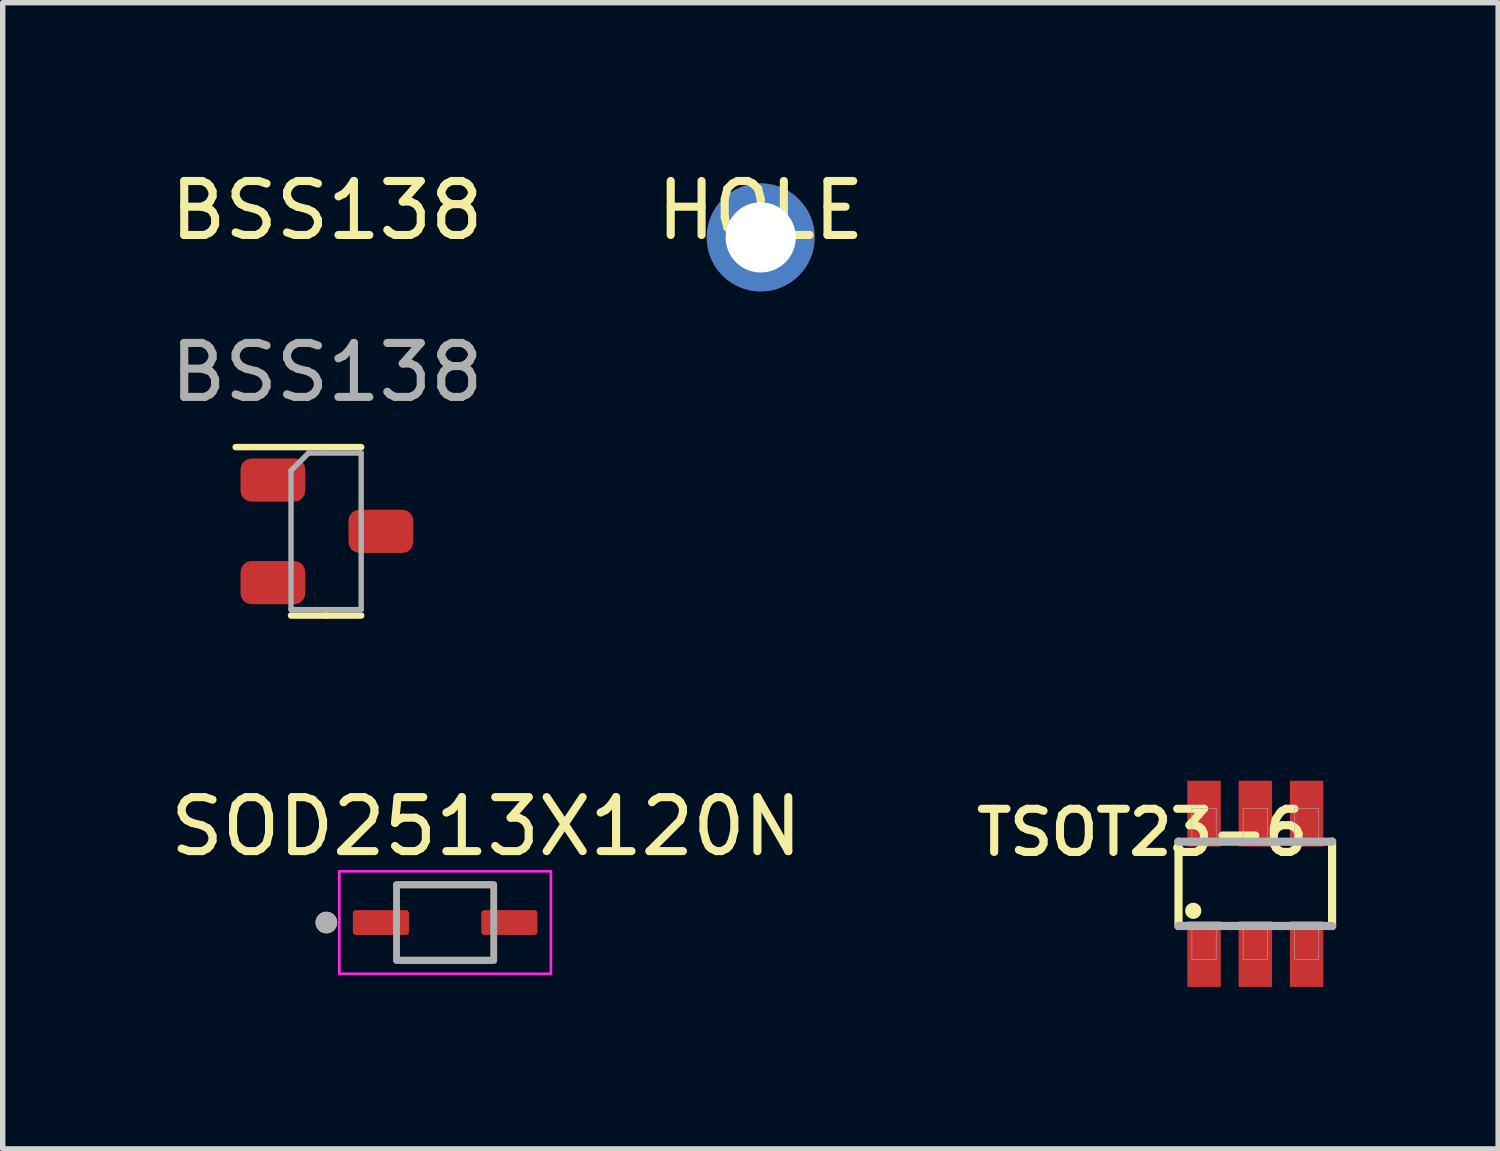
<source format=kicad_pcb>
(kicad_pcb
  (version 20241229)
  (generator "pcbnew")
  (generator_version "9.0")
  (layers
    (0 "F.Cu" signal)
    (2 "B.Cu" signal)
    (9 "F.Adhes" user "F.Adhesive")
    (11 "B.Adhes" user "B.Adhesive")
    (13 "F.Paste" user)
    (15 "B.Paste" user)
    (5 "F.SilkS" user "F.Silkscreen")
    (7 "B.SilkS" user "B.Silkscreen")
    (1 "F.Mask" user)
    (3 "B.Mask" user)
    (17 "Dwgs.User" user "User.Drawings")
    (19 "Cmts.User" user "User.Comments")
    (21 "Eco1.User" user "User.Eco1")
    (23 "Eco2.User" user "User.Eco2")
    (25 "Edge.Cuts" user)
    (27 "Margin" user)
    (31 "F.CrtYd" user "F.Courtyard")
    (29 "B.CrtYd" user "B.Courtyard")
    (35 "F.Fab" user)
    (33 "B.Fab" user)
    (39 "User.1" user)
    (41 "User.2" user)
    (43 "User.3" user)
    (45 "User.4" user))
  (footprint "HOLE"
    (layer "F.Cu")
    (at 11.042 1.348)
    (property "Reference" "HOLE" (at 0 -0.5 0) (unlocked yes) (layer "F.SilkS") (effects (font (size 1 1) (thickness 0.15))))
    (attr through_hole)
    (pad "1" thru_hole circle (at 0 0) (size 2 2) (drill 1.3) (layers "*.Cu" "*.Mask")))
  (footprint "BSS138"
    (layer "F.Cu")
    (at 3.006 6.793)
    (property "Reference" "BSS138" (at 0 -5.945 0) (unlocked yes) (layer "F.SilkS") (effects (font (size 1 1) (thickness 0.15))))
    (attr smd)
    (fp_line (start -0.015 -1.56) (end -1.69 -1.56) (stroke (width 0.12) (type solid)) (layer "F.SilkS"))
    (fp_line (start -0.015 -1.56) (end 0.635 -1.56) (stroke (width 0.12) (type solid)) (layer "F.SilkS"))
    (fp_line (start -0.015 1.56) (end -0.665 1.56) (stroke (width 0.12) (type solid)) (layer "F.SilkS"))
    (fp_line (start -0.015 1.56) (end 0.635 1.56) (stroke (width 0.12) (type solid)) (layer "F.SilkS"))
    (fp_line (start -0.665 -1.125) (end -0.34 -1.45) (stroke (width 0.1) (type solid)) (layer "F.Fab"))
    (fp_line (start -0.665 1.45) (end -0.665 -1.125) (stroke (width 0.1) (type solid)) (layer "F.Fab"))
    (fp_line (start -0.34 -1.45) (end 0.635 -1.45) (stroke (width 0.1) (type solid)) (layer "F.Fab"))
    (fp_line (start 0.635 -1.45) (end 0.635 1.45) (stroke (width 0.1) (type solid)) (layer "F.Fab"))
    (fp_line (start 0.635 1.45) (end -0.665 1.45) (stroke (width 0.1) (type solid)) (layer "F.Fab"))
    (fp_text user "${REFERENCE}" (at 0 -2.945 0) (unlocked yes) (layer "F.Fab") (effects (font (size 1 1) (thickness 0.15))))
    (pad "1" smd roundrect (at -1 -0.95) (size 1.2 0.8) (layers "F.Cu" "F.Mask" "F.Paste") (roundrect_rratio 0.25))
    (pad "2" smd roundrect (at -1 0.95) (size 1.2 0.8) (layers "F.Cu" "F.Mask" "F.Paste") (roundrect_rratio 0.25))
    (pad "3" smd roundrect (at 1 0) (size 1.2 0.8) (layers "F.Cu" "F.Mask" "F.Paste") (roundrect_rratio 0.25)))
  (footprint "TSOT23-6"
    (layer "F.Cu")
    (at 20.205 13.323)
    (property "Reference" "TSOT23-6" (at -2.095 -0.953 180) (layer "F.SilkS") (effects (font (size 0.8 0.8) (thickness 0.15))))
    (attr smd)
    (fp_line (start -1.423 0.781) (end -1.423 -0.781) (stroke (width 0.152) (type solid)) (layer "F.SilkS"))
    (fp_line (start 1.422 -0.781) (end 1.422 0.781) (stroke (width 0.152) (type solid)) (layer "F.SilkS"))
    (fp_circle (center -1.15 0.5) (end -1 0.5) (stroke (width 0) (type solid)) (fill yes) (layer "F.SilkS"))
    (fp_line (start -1.423 -0.781) (end 1.422 -0.781) (stroke (width 0.152) (type solid)) (layer "F.Fab"))
    (fp_line (start 1.422 0.781) (end -1.423 0.781) (stroke (width 0.152) (type solid)) (layer "F.Fab"))
    (fp_poly (pts (xy -1.175 -1.4) (xy -0.725 -1.4) (xy -0.725 -0.8) (xy -1.175 -0.8)) (stroke (width 0.01) (type solid)) (fill no) (layer "F.Fab"))
    (fp_poly (pts (xy -1.175 0.8) (xy -0.725 0.8) (xy -0.725 1.4) (xy -1.175 1.4)) (stroke (width 0.01) (type solid)) (fill no) (layer "F.Fab"))
    (fp_poly (pts (xy -0.225 -1.4) (xy 0.225 -1.4) (xy 0.225 -0.8) (xy -0.225 -0.8)) (stroke (width 0.01) (type solid)) (fill no) (layer "F.Fab"))
    (fp_poly (pts (xy -0.225 0.8) (xy 0.225 0.8) (xy 0.225 1.4) (xy -0.225 1.4)) (stroke (width 0.01) (type solid)) (fill no) (layer "F.Fab"))
    (fp_poly (pts (xy 0.725 -1.4) (xy 1.175 -1.4) (xy 1.175 -0.8) (xy 0.725 -0.8)) (stroke (width 0.01) (type solid)) (fill no) (layer "F.Fab"))
    (fp_poly (pts (xy 0.725 0.8) (xy 1.175 0.8) (xy 1.175 1.4) (xy 0.725 1.4)) (stroke (width 0.01) (type solid)) (fill no) (layer "F.Fab"))
    (pad "1" smd rect (at -0.95 1.3) (size 0.62 1.22) (layers "F.Cu" "F.Mask" "F.Paste"))
    (pad "2" smd rect (at 0 1.3) (size 0.62 1.22) (layers "F.Cu" "F.Mask" "F.Paste"))
    (pad "3" smd rect (at 0.95 1.3) (size 0.62 1.22) (layers "F.Cu" "F.Mask" "F.Paste"))
    (pad "4" smd rect (at 0.95 -1.3) (size 0.62 1.22) (layers "F.Cu" "F.Mask" "F.Paste"))
    (pad "5" smd rect (at 0 -1.3) (size 0.62 1.22) (layers "F.Cu" "F.Mask" "F.Paste"))
    (pad "6" smd rect (at -0.95 -1.3) (size 0.62 1.22) (layers "F.Cu" "F.Mask" "F.Paste")))
  (footprint "SOD2513X120N"
    (layer "F.Cu")
    (at 5.196 14.04)
    (property "Reference" "SOD2513X120N" (at 0.762 -1.778 0) (layer "F.SilkS") (effects (font (size 1 1) (thickness 0.15))))
    (attr smd)
    (fp_line (start -0.84 -0.7) (end 0.84 -0.7) (stroke (width 0.127) (type solid)) (layer "F.SilkS"))
    (fp_line (start -0.84 0.7) (end 0.84 0.7) (stroke (width 0.127) (type solid)) (layer "F.SilkS"))
    (fp_circle (center -2.2 0) (end -2.1 0) (stroke (width 0.2) (type solid)) (fill no) (layer "F.SilkS"))
    (fp_line (start -1.96 -0.95) (end 1.96 -0.95) (stroke (width 0.05) (type solid)) (layer "F.CrtYd"))
    (fp_line (start -1.96 0.95) (end -1.96 -0.95) (stroke (width 0.05) (type solid)) (layer "F.CrtYd"))
    (fp_line (start 1.96 -0.95) (end 1.96 0.95) (stroke (width 0.05) (type solid)) (layer "F.CrtYd"))
    (fp_line (start 1.96 0.95) (end -1.96 0.95) (stroke (width 0.05) (type solid)) (layer "F.CrtYd"))
    (fp_line (start -0.9 -0.7) (end 0.9 -0.7) (stroke (width 0.127) (type solid)) (layer "F.Fab"))
    (fp_line (start -0.9 0.7) (end -0.9 -0.7) (stroke (width 0.127) (type solid)) (layer "F.Fab"))
    (fp_line (start 0.9 -0.7) (end 0.9 0.7) (stroke (width 0.127) (type solid)) (layer "F.Fab"))
    (fp_line (start 0.9 0.7) (end -0.9 0.7) (stroke (width 0.127) (type solid)) (layer "F.Fab"))
    (fp_circle (center -2.2 0) (end -2.1 0) (stroke (width 0.2) (type solid)) (fill no) (layer "F.Fab"))
    (pad "A" smd roundrect (at 1.19 0) (size 1.04 0.46) (layers "F.Cu" "F.Mask" "F.Paste") (roundrect_rratio 0.12))
    (pad "C" smd roundrect (at -1.19 0) (size 1.04 0.46) (layers "F.Cu" "F.Mask" "F.Paste") (roundrect_rratio 0.12)))
  (gr_rect
    (start -3 -3)
    (end 24.703 18.233)
    (stroke (width 0.1) (type default))
    (fill no)
    (layer "Edge.Cuts")))
</source>
